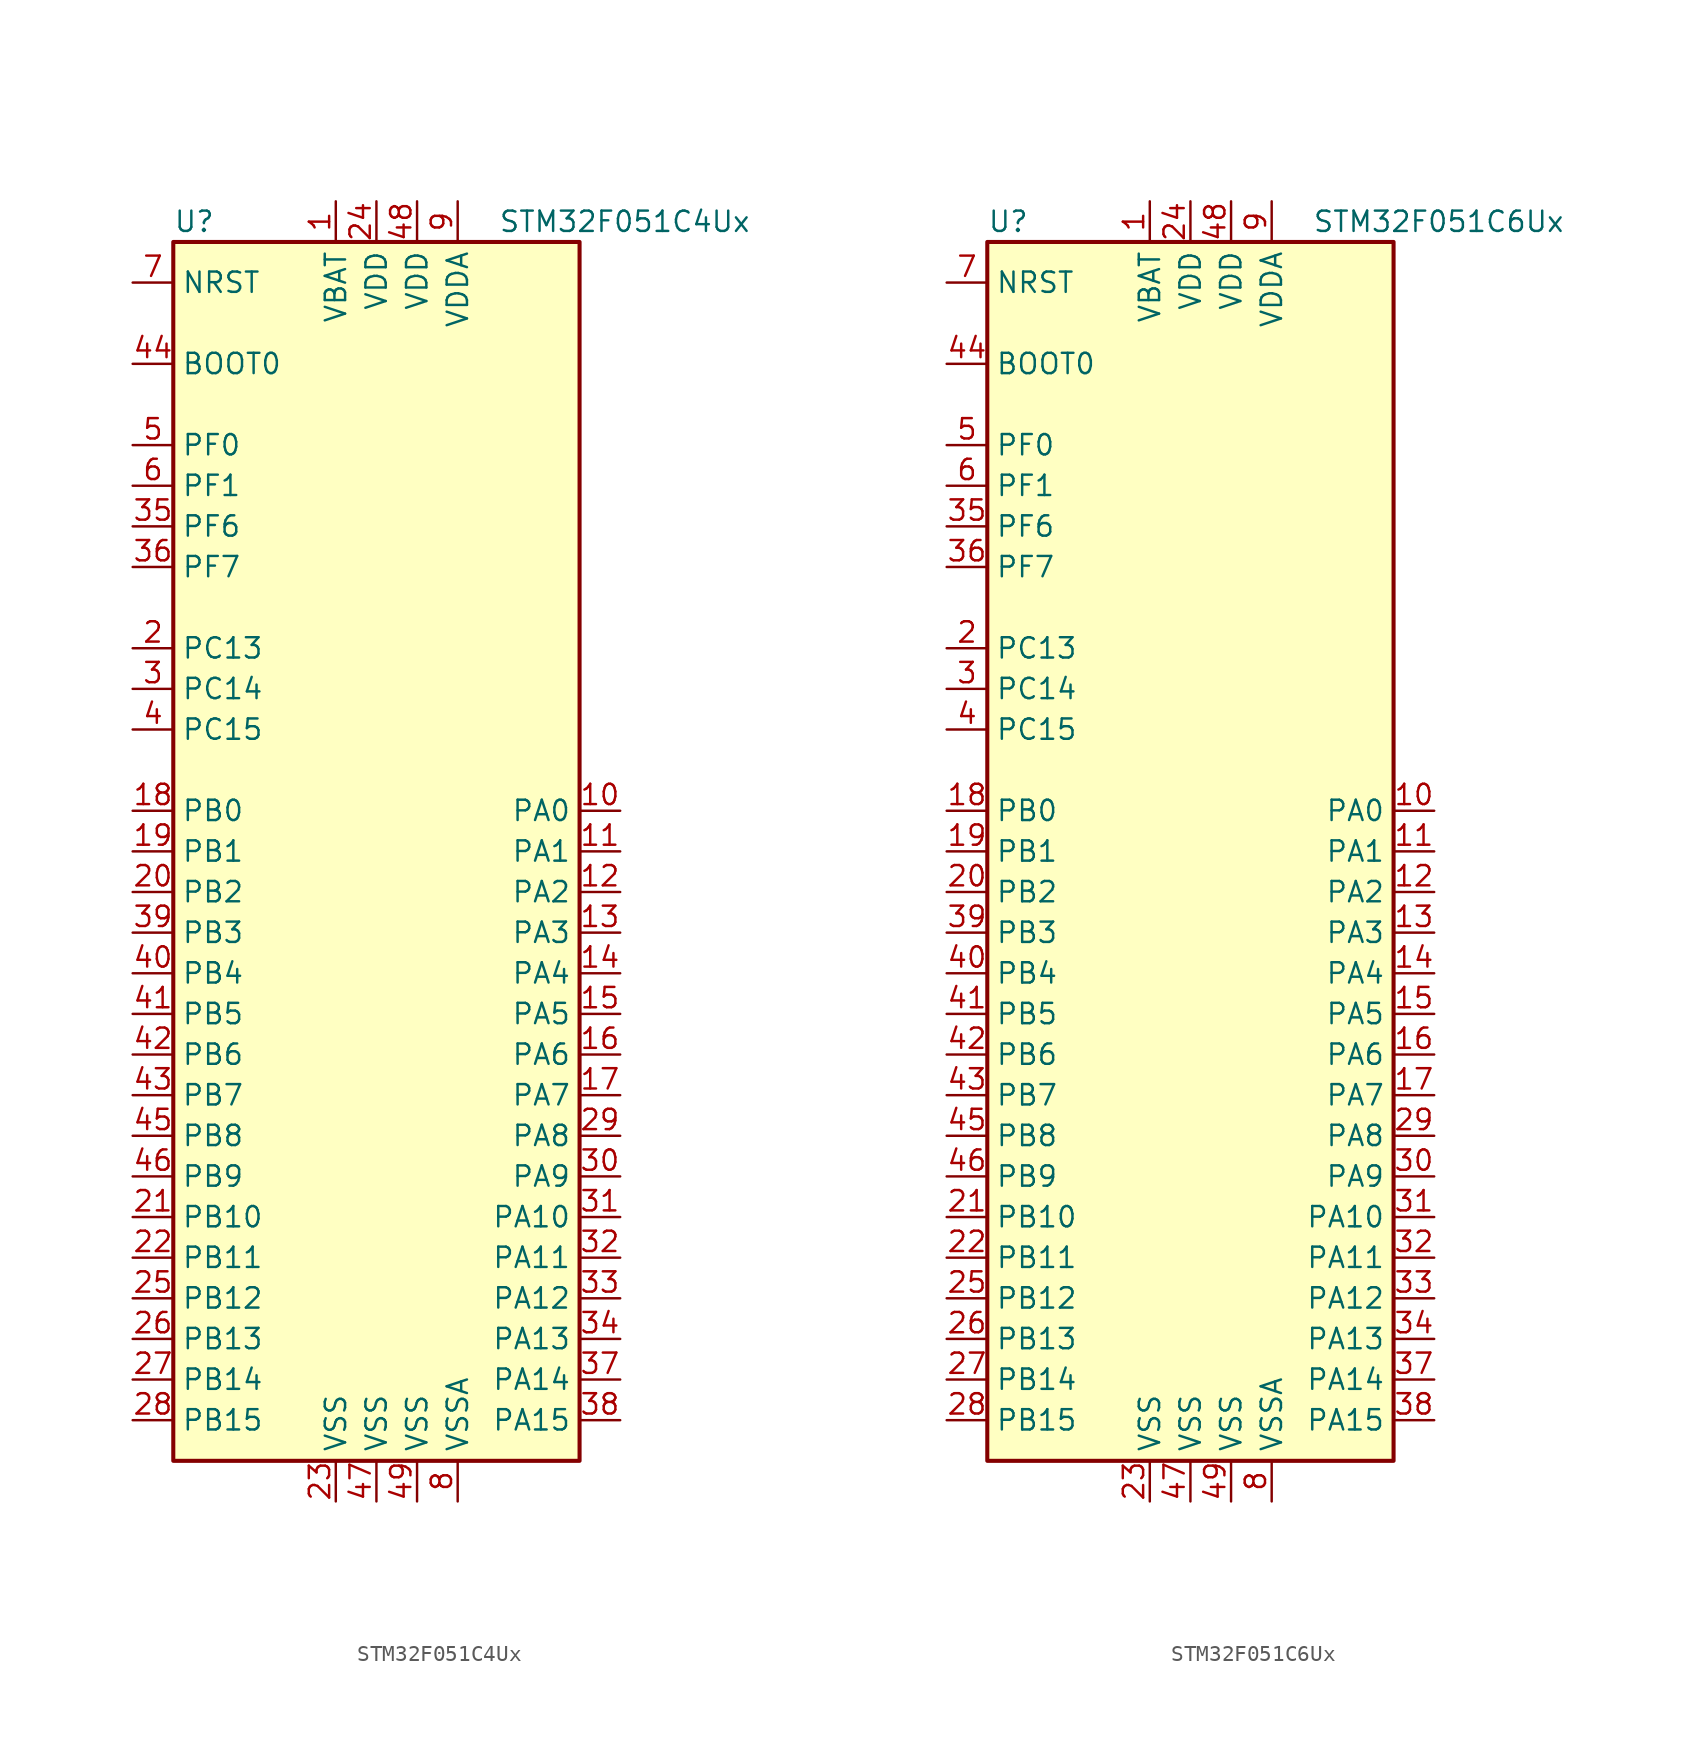
<source format=kicad_sym>
(kicad_symbol_lib
  (version 20211014)
  (generator kicad_symbol_editor)
  (symbol "STM32F051C4Ux"
    (property "Reference" "U"
      (at -12.7 39.37 0)
      (effects (font (size 1.27 1.27)) (justify left)))
    (property "Value" "STM32F051C4Ux"
      (at 7.62 39.37 0)
      (effects (font (size 1.27 1.27)) (justify left)))
    (symbol "STM32F051C4Ux_0_1"
      (rectangle (start -12.7 -38.1) (end 12.7 38.1) (stroke (width 0.254) (type default) (color 0 0 0 0)) (fill (type background))))
    (symbol "STM32F051C4Ux_1_1"
      (pin power_in line (at -2.54 40.64 270) (length 2.54) (name "VBAT" (effects (font (size 1.27 1.27)))) (number "1" (effects (font (size 1.27 1.27)))))
      (pin bidirectional line (at 15.24 2.54 180) (length 2.54) (name "PA0" (effects (font (size 1.27 1.27)))) (number "10" (effects (font (size 1.27 1.27)))))
      (pin bidirectional line (at 15.24 0 180) (length 2.54) (name "PA1" (effects (font (size 1.27 1.27)))) (number "11" (effects (font (size 1.27 1.27)))))
      (pin bidirectional line (at 15.24 -2.54 180) (length 2.54) (name "PA2" (effects (font (size 1.27 1.27)))) (number "12" (effects (font (size 1.27 1.27)))))
      (pin bidirectional line (at 15.24 -5.08 180) (length 2.54) (name "PA3" (effects (font (size 1.27 1.27)))) (number "13" (effects (font (size 1.27 1.27)))))
      (pin bidirectional line (at 15.24 -7.62 180) (length 2.54) (name "PA4" (effects (font (size 1.27 1.27)))) (number "14" (effects (font (size 1.27 1.27)))))
      (pin bidirectional line (at 15.24 -10.16 180) (length 2.54) (name "PA5" (effects (font (size 1.27 1.27)))) (number "15" (effects (font (size 1.27 1.27)))))
      (pin bidirectional line (at 15.24 -12.7 180) (length 2.54) (name "PA6" (effects (font (size 1.27 1.27)))) (number "16" (effects (font (size 1.27 1.27)))))
      (pin bidirectional line (at 15.24 -15.24 180) (length 2.54) (name "PA7" (effects (font (size 1.27 1.27)))) (number "17" (effects (font (size 1.27 1.27)))))
      (pin bidirectional line (at -15.24 2.54 0) (length 2.54) (name "PB0" (effects (font (size 1.27 1.27)))) (number "18" (effects (font (size 1.27 1.27)))))
      (pin bidirectional line (at -15.24 0 0) (length 2.54) (name "PB1" (effects (font (size 1.27 1.27)))) (number "19" (effects (font (size 1.27 1.27)))))
      (pin bidirectional line (at -15.24 12.7 0) (length 2.54) (name "PC13" (effects (font (size 1.27 1.27)))) (number "2" (effects (font (size 1.27 1.27)))))
      (pin bidirectional line (at -15.24 -2.54 0) (length 2.54) (name "PB2" (effects (font (size 1.27 1.27)))) (number "20" (effects (font (size 1.27 1.27)))))
      (pin bidirectional line (at -15.24 -22.86 0) (length 2.54) (name "PB10" (effects (font (size 1.27 1.27)))) (number "21" (effects (font (size 1.27 1.27)))))
      (pin bidirectional line (at -15.24 -25.4 0) (length 2.54) (name "PB11" (effects (font (size 1.27 1.27)))) (number "22" (effects (font (size 1.27 1.27)))))
      (pin power_in line (at -2.54 -40.64 90) (length 2.54) (name "VSS" (effects (font (size 1.27 1.27)))) (number "23" (effects (font (size 1.27 1.27)))))
      (pin power_in line (at 0 40.64 270) (length 2.54) (name "VDD" (effects (font (size 1.27 1.27)))) (number "24" (effects (font (size 1.27 1.27)))))
      (pin bidirectional line (at -15.24 -27.94 0) (length 2.54) (name "PB12" (effects (font (size 1.27 1.27)))) (number "25" (effects (font (size 1.27 1.27)))))
      (pin bidirectional line (at -15.24 -30.48 0) (length 2.54) (name "PB13" (effects (font (size 1.27 1.27)))) (number "26" (effects (font (size 1.27 1.27)))))
      (pin bidirectional line (at -15.24 -33.02 0) (length 2.54) (name "PB14" (effects (font (size 1.27 1.27)))) (number "27" (effects (font (size 1.27 1.27)))))
      (pin bidirectional line (at -15.24 -35.56 0) (length 2.54) (name "PB15" (effects (font (size 1.27 1.27)))) (number "28" (effects (font (size 1.27 1.27)))))
      (pin bidirectional line (at 15.24 -17.78 180) (length 2.54) (name "PA8" (effects (font (size 1.27 1.27)))) (number "29" (effects (font (size 1.27 1.27)))))
      (pin bidirectional line (at -15.24 10.16 0) (length 2.54) (name "PC14" (effects (font (size 1.27 1.27)))) (number "3" (effects (font (size 1.27 1.27)))))
      (pin bidirectional line (at 15.24 -20.32 180) (length 2.54) (name "PA9" (effects (font (size 1.27 1.27)))) (number "30" (effects (font (size 1.27 1.27)))))
      (pin bidirectional line (at 15.24 -22.86 180) (length 2.54) (name "PA10" (effects (font (size 1.27 1.27)))) (number "31" (effects (font (size 1.27 1.27)))))
      (pin bidirectional line (at 15.24 -25.4 180) (length 2.54) (name "PA11" (effects (font (size 1.27 1.27)))) (number "32" (effects (font (size 1.27 1.27)))))
      (pin bidirectional line (at 15.24 -27.94 180) (length 2.54) (name "PA12" (effects (font (size 1.27 1.27)))) (number "33" (effects (font (size 1.27 1.27)))))
      (pin bidirectional line (at 15.24 -30.48 180) (length 2.54) (name "PA13" (effects (font (size 1.27 1.27)))) (number "34" (effects (font (size 1.27 1.27)))))
      (pin bidirectional line (at -15.24 20.32 0) (length 2.54) (name "PF6" (effects (font (size 1.27 1.27)))) (number "35" (effects (font (size 1.27 1.27)))))
      (pin bidirectional line (at -15.24 17.78 0) (length 2.54) (name "PF7" (effects (font (size 1.27 1.27)))) (number "36" (effects (font (size 1.27 1.27)))))
      (pin bidirectional line (at 15.24 -33.02 180) (length 2.54) (name "PA14" (effects (font (size 1.27 1.27)))) (number "37" (effects (font (size 1.27 1.27)))))
      (pin bidirectional line (at 15.24 -35.56 180) (length 2.54) (name "PA15" (effects (font (size 1.27 1.27)))) (number "38" (effects (font (size 1.27 1.27)))))
      (pin bidirectional line (at -15.24 -5.08 0) (length 2.54) (name "PB3" (effects (font (size 1.27 1.27)))) (number "39" (effects (font (size 1.27 1.27)))))
      (pin bidirectional line (at -15.24 7.62 0) (length 2.54) (name "PC15" (effects (font (size 1.27 1.27)))) (number "4" (effects (font (size 1.27 1.27)))))
      (pin bidirectional line (at -15.24 -7.62 0) (length 2.54) (name "PB4" (effects (font (size 1.27 1.27)))) (number "40" (effects (font (size 1.27 1.27)))))
      (pin bidirectional line (at -15.24 -10.16 0) (length 2.54) (name "PB5" (effects (font (size 1.27 1.27)))) (number "41" (effects (font (size 1.27 1.27)))))
      (pin bidirectional line (at -15.24 -12.7 0) (length 2.54) (name "PB6" (effects (font (size 1.27 1.27)))) (number "42" (effects (font (size 1.27 1.27)))))
      (pin bidirectional line (at -15.24 -15.24 0) (length 2.54) (name "PB7" (effects (font (size 1.27 1.27)))) (number "43" (effects (font (size 1.27 1.27)))))
      (pin input line (at -15.24 30.48 0) (length 2.54) (name "BOOT0" (effects (font (size 1.27 1.27)))) (number "44" (effects (font (size 1.27 1.27)))))
      (pin bidirectional line (at -15.24 -17.78 0) (length 2.54) (name "PB8" (effects (font (size 1.27 1.27)))) (number "45" (effects (font (size 1.27 1.27)))))
      (pin bidirectional line (at -15.24 -20.32 0) (length 2.54) (name "PB9" (effects (font (size 1.27 1.27)))) (number "46" (effects (font (size 1.27 1.27)))))
      (pin power_in line (at 0 -40.64 90) (length 2.54) (name "VSS" (effects (font (size 1.27 1.27)))) (number "47" (effects (font (size 1.27 1.27)))))
      (pin power_in line (at 2.54 40.64 270) (length 2.54) (name "VDD" (effects (font (size 1.27 1.27)))) (number "48" (effects (font (size 1.27 1.27)))))
      (pin power_in line (at 2.54 -40.64 90) (length 2.54) (name "VSS" (effects (font (size 1.27 1.27)))) (number "49" (effects (font (size 1.27 1.27)))))
      (pin input line (at -15.24 25.4 0) (length 2.54) (name "PF0" (effects (font (size 1.27 1.27)))) (number "5" (effects (font (size 1.27 1.27)))))
      (pin input line (at -15.24 22.86 0) (length 2.54) (name "PF1" (effects (font (size 1.27 1.27)))) (number "6" (effects (font (size 1.27 1.27)))))
      (pin input line (at -15.24 35.56 0) (length 2.54) (name "NRST" (effects (font (size 1.27 1.27)))) (number "7" (effects (font (size 1.27 1.27)))))
      (pin power_in line (at 5.08 -40.64 90) (length 2.54) (name "VSSA" (effects (font (size 1.27 1.27)))) (number "8" (effects (font (size 1.27 1.27)))))
      (pin power_in line (at 5.08 40.64 270) (length 2.54) (name "VDDA" (effects (font (size 1.27 1.27)))) (number "9" (effects (font (size 1.27 1.27)))))))
  (symbol "STM32F051C6Ux"
    (property "Reference" "U"
      (at -12.7 39.37 0)
      (effects (font (size 1.27 1.27)) (justify left)))
    (property "Value" "STM32F051C6Ux"
      (at 7.62 39.37 0)
      (effects (font (size 1.27 1.27)) (justify left)))
    (symbol "STM32F051C6Ux_0_1"
      (rectangle (start -12.7 -38.1) (end 12.7 38.1) (stroke (width 0.254) (type default) (color 0 0 0 0)) (fill (type background))))
    (symbol "STM32F051C6Ux_1_1"
      (pin power_in line (at -2.54 40.64 270) (length 2.54) (name "VBAT" (effects (font (size 1.27 1.27)))) (number "1" (effects (font (size 1.27 1.27)))))
      (pin bidirectional line (at 15.24 2.54 180) (length 2.54) (name "PA0" (effects (font (size 1.27 1.27)))) (number "10" (effects (font (size 1.27 1.27)))))
      (pin bidirectional line (at 15.24 0 180) (length 2.54) (name "PA1" (effects (font (size 1.27 1.27)))) (number "11" (effects (font (size 1.27 1.27)))))
      (pin bidirectional line (at 15.24 -2.54 180) (length 2.54) (name "PA2" (effects (font (size 1.27 1.27)))) (number "12" (effects (font (size 1.27 1.27)))))
      (pin bidirectional line (at 15.24 -5.08 180) (length 2.54) (name "PA3" (effects (font (size 1.27 1.27)))) (number "13" (effects (font (size 1.27 1.27)))))
      (pin bidirectional line (at 15.24 -7.62 180) (length 2.54) (name "PA4" (effects (font (size 1.27 1.27)))) (number "14" (effects (font (size 1.27 1.27)))))
      (pin bidirectional line (at 15.24 -10.16 180) (length 2.54) (name "PA5" (effects (font (size 1.27 1.27)))) (number "15" (effects (font (size 1.27 1.27)))))
      (pin bidirectional line (at 15.24 -12.7 180) (length 2.54) (name "PA6" (effects (font (size 1.27 1.27)))) (number "16" (effects (font (size 1.27 1.27)))))
      (pin bidirectional line (at 15.24 -15.24 180) (length 2.54) (name "PA7" (effects (font (size 1.27 1.27)))) (number "17" (effects (font (size 1.27 1.27)))))
      (pin bidirectional line (at -15.24 2.54 0) (length 2.54) (name "PB0" (effects (font (size 1.27 1.27)))) (number "18" (effects (font (size 1.27 1.27)))))
      (pin bidirectional line (at -15.24 0 0) (length 2.54) (name "PB1" (effects (font (size 1.27 1.27)))) (number "19" (effects (font (size 1.27 1.27)))))
      (pin bidirectional line (at -15.24 12.7 0) (length 2.54) (name "PC13" (effects (font (size 1.27 1.27)))) (number "2" (effects (font (size 1.27 1.27)))))
      (pin bidirectional line (at -15.24 -2.54 0) (length 2.54) (name "PB2" (effects (font (size 1.27 1.27)))) (number "20" (effects (font (size 1.27 1.27)))))
      (pin bidirectional line (at -15.24 -22.86 0) (length 2.54) (name "PB10" (effects (font (size 1.27 1.27)))) (number "21" (effects (font (size 1.27 1.27)))))
      (pin bidirectional line (at -15.24 -25.4 0) (length 2.54) (name "PB11" (effects (font (size 1.27 1.27)))) (number "22" (effects (font (size 1.27 1.27)))))
      (pin power_in line (at -2.54 -40.64 90) (length 2.54) (name "VSS" (effects (font (size 1.27 1.27)))) (number "23" (effects (font (size 1.27 1.27)))))
      (pin power_in line (at 0 40.64 270) (length 2.54) (name "VDD" (effects (font (size 1.27 1.27)))) (number "24" (effects (font (size 1.27 1.27)))))
      (pin bidirectional line (at -15.24 -27.94 0) (length 2.54) (name "PB12" (effects (font (size 1.27 1.27)))) (number "25" (effects (font (size 1.27 1.27)))))
      (pin bidirectional line (at -15.24 -30.48 0) (length 2.54) (name "PB13" (effects (font (size 1.27 1.27)))) (number "26" (effects (font (size 1.27 1.27)))))
      (pin bidirectional line (at -15.24 -33.02 0) (length 2.54) (name "PB14" (effects (font (size 1.27 1.27)))) (number "27" (effects (font (size 1.27 1.27)))))
      (pin bidirectional line (at -15.24 -35.56 0) (length 2.54) (name "PB15" (effects (font (size 1.27 1.27)))) (number "28" (effects (font (size 1.27 1.27)))))
      (pin bidirectional line (at 15.24 -17.78 180) (length 2.54) (name "PA8" (effects (font (size 1.27 1.27)))) (number "29" (effects (font (size 1.27 1.27)))))
      (pin bidirectional line (at -15.24 10.16 0) (length 2.54) (name "PC14" (effects (font (size 1.27 1.27)))) (number "3" (effects (font (size 1.27 1.27)))))
      (pin bidirectional line (at 15.24 -20.32 180) (length 2.54) (name "PA9" (effects (font (size 1.27 1.27)))) (number "30" (effects (font (size 1.27 1.27)))))
      (pin bidirectional line (at 15.24 -22.86 180) (length 2.54) (name "PA10" (effects (font (size 1.27 1.27)))) (number "31" (effects (font (size 1.27 1.27)))))
      (pin bidirectional line (at 15.24 -25.4 180) (length 2.54) (name "PA11" (effects (font (size 1.27 1.27)))) (number "32" (effects (font (size 1.27 1.27)))))
      (pin bidirectional line (at 15.24 -27.94 180) (length 2.54) (name "PA12" (effects (font (size 1.27 1.27)))) (number "33" (effects (font (size 1.27 1.27)))))
      (pin bidirectional line (at 15.24 -30.48 180) (length 2.54) (name "PA13" (effects (font (size 1.27 1.27)))) (number "34" (effects (font (size 1.27 1.27)))))
      (pin bidirectional line (at -15.24 20.32 0) (length 2.54) (name "PF6" (effects (font (size 1.27 1.27)))) (number "35" (effects (font (size 1.27 1.27)))))
      (pin bidirectional line (at -15.24 17.78 0) (length 2.54) (name "PF7" (effects (font (size 1.27 1.27)))) (number "36" (effects (font (size 1.27 1.27)))))
      (pin bidirectional line (at 15.24 -33.02 180) (length 2.54) (name "PA14" (effects (font (size 1.27 1.27)))) (number "37" (effects (font (size 1.27 1.27)))))
      (pin bidirectional line (at 15.24 -35.56 180) (length 2.54) (name "PA15" (effects (font (size 1.27 1.27)))) (number "38" (effects (font (size 1.27 1.27)))))
      (pin bidirectional line (at -15.24 -5.08 0) (length 2.54) (name "PB3" (effects (font (size 1.27 1.27)))) (number "39" (effects (font (size 1.27 1.27)))))
      (pin bidirectional line (at -15.24 7.62 0) (length 2.54) (name "PC15" (effects (font (size 1.27 1.27)))) (number "4" (effects (font (size 1.27 1.27)))))
      (pin bidirectional line (at -15.24 -7.62 0) (length 2.54) (name "PB4" (effects (font (size 1.27 1.27)))) (number "40" (effects (font (size 1.27 1.27)))))
      (pin bidirectional line (at -15.24 -10.16 0) (length 2.54) (name "PB5" (effects (font (size 1.27 1.27)))) (number "41" (effects (font (size 1.27 1.27)))))
      (pin bidirectional line (at -15.24 -12.7 0) (length 2.54) (name "PB6" (effects (font (size 1.27 1.27)))) (number "42" (effects (font (size 1.27 1.27)))))
      (pin bidirectional line (at -15.24 -15.24 0) (length 2.54) (name "PB7" (effects (font (size 1.27 1.27)))) (number "43" (effects (font (size 1.27 1.27)))))
      (pin input line (at -15.24 30.48 0) (length 2.54) (name "BOOT0" (effects (font (size 1.27 1.27)))) (number "44" (effects (font (size 1.27 1.27)))))
      (pin bidirectional line (at -15.24 -17.78 0) (length 2.54) (name "PB8" (effects (font (size 1.27 1.27)))) (number "45" (effects (font (size 1.27 1.27)))))
      (pin bidirectional line (at -15.24 -20.32 0) (length 2.54) (name "PB9" (effects (font (size 1.27 1.27)))) (number "46" (effects (font (size 1.27 1.27)))))
      (pin power_in line (at 0 -40.64 90) (length 2.54) (name "VSS" (effects (font (size 1.27 1.27)))) (number "47" (effects (font (size 1.27 1.27)))))
      (pin power_in line (at 2.54 40.64 270) (length 2.54) (name "VDD" (effects (font (size 1.27 1.27)))) (number "48" (effects (font (size 1.27 1.27)))))
      (pin power_in line (at 2.54 -40.64 90) (length 2.54) (name "VSS" (effects (font (size 1.27 1.27)))) (number "49" (effects (font (size 1.27 1.27)))))
      (pin input line (at -15.24 25.4 0) (length 2.54) (name "PF0" (effects (font (size 1.27 1.27)))) (number "5" (effects (font (size 1.27 1.27)))))
      (pin input line (at -15.24 22.86 0) (length 2.54) (name "PF1" (effects (font (size 1.27 1.27)))) (number "6" (effects (font (size 1.27 1.27)))))
      (pin input line (at -15.24 35.56 0) (length 2.54) (name "NRST" (effects (font (size 1.27 1.27)))) (number "7" (effects (font (size 1.27 1.27)))))
      (pin power_in line (at 5.08 -40.64 90) (length 2.54) (name "VSSA" (effects (font (size 1.27 1.27)))) (number "8" (effects (font (size 1.27 1.27)))))
      (pin power_in line (at 5.08 40.64 270) (length 2.54) (name "VDDA" (effects (font (size 1.27 1.27)))) (number "9" (effects (font (size 1.27 1.27))))))))
</source>
